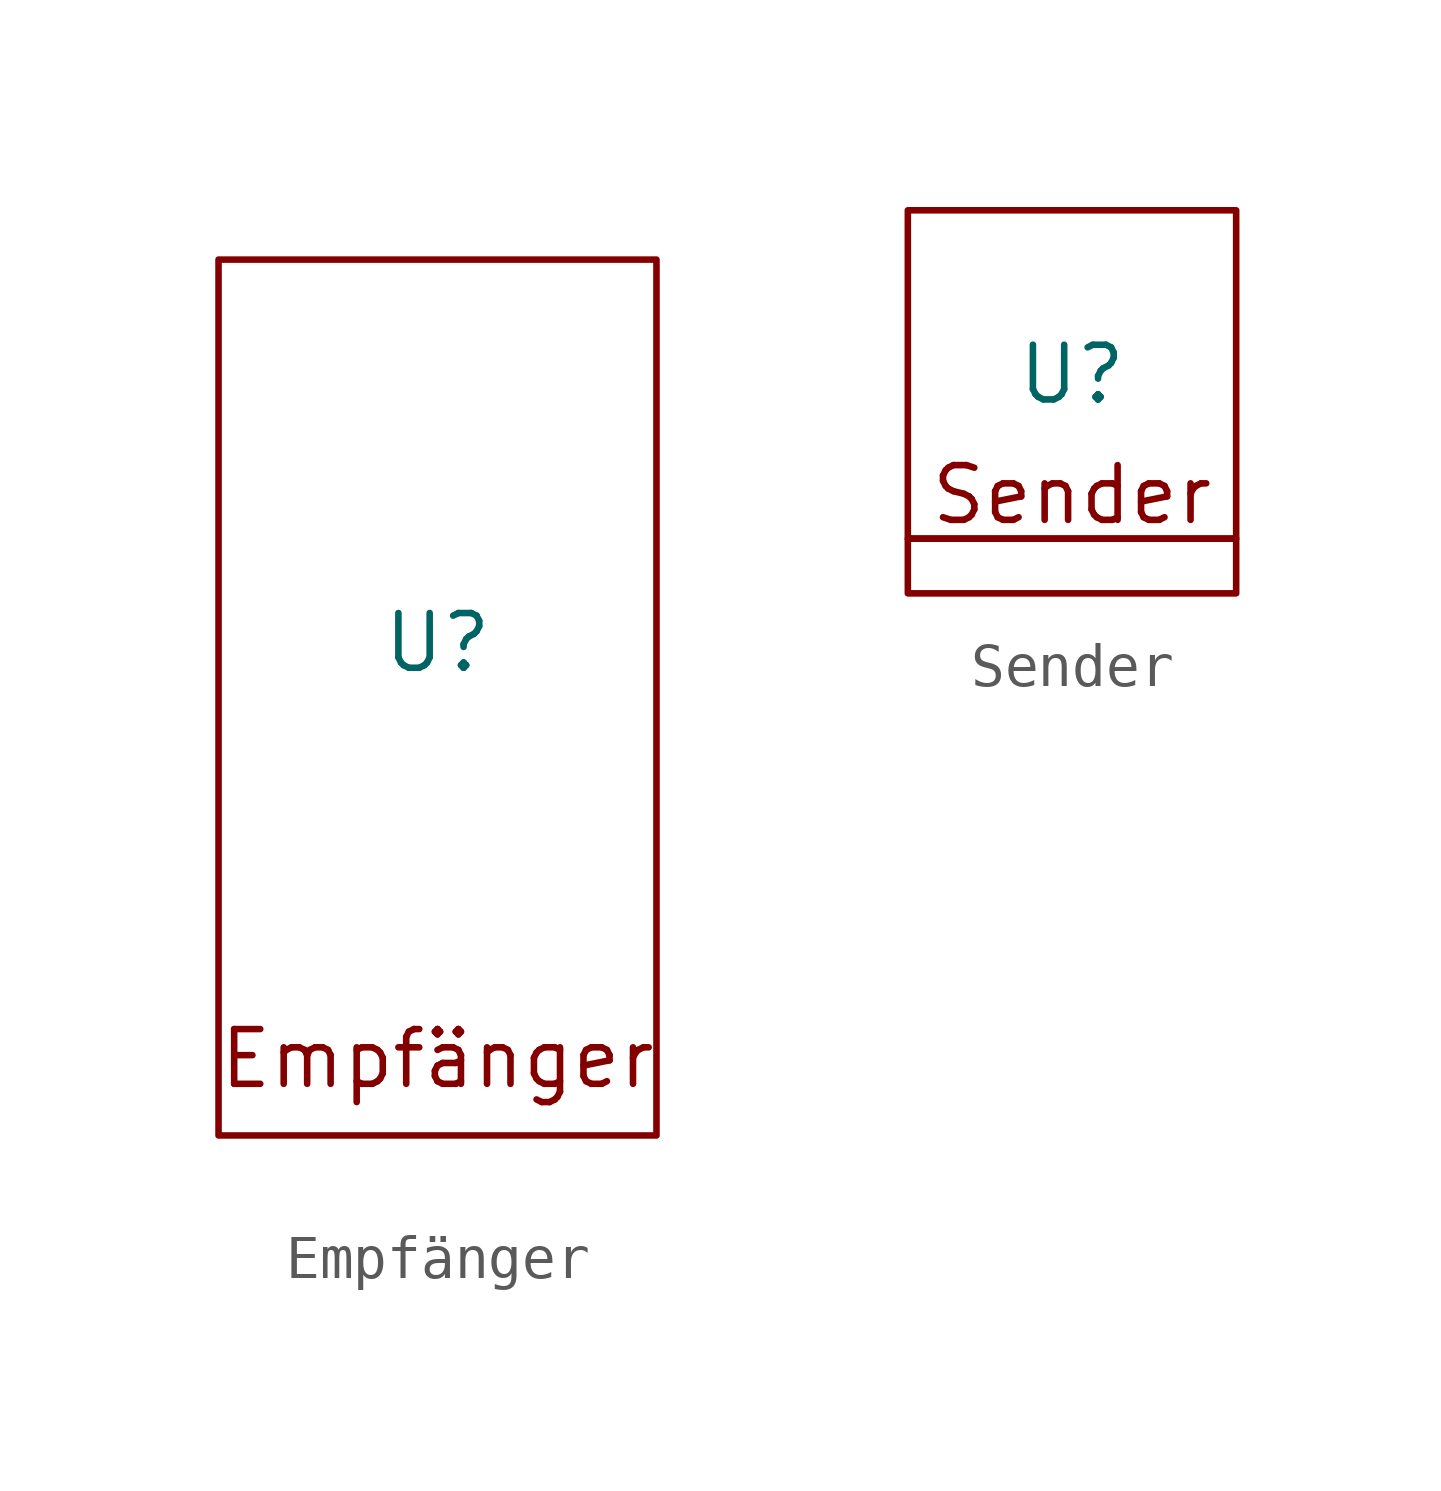
<source format=kicad_sym>
(kicad_symbol_lib
  (version 20231120)
  (generator "kicad_symbol_editor")
  (generator_version "8.0")
  (symbol "Empfänger"
    (property "Reference" "U"
      (at 0 0 0)
      (effects (font (size 1.27 1.27))))
    (property "Value" ""
      (at 0 0 0)
      (effects (font (size 1.27 1.27))))
    (symbol "Empfänger_0_1"
      (rectangle (start -5.08 8.89) (end 5.08 -11.43) (stroke (width 0) (type default)) (fill (type none))))
    (symbol "Empfänger_1_1"
      (text "Empfänger" (at 0 -9.652 0) (effects (font (size 1.27 1.27))))))
  (symbol "Sender"
    (property "Reference" "U"
      (at 0 0 0)
      (effects (font (size 1.27 1.27))))
    (property "Value" ""
      (at 0 0 0)
      (effects (font (size 1.27 1.27))))
    (symbol "Sender_0_1"
      (rectangle (start -3.81 3.81) (end 3.81 -3.81) (stroke (width 0) (type default)) (fill (type none))))
    (symbol "Sender_1_1"
      (rectangle (start -3.81 -3.81) (end 3.81 -5.08) (stroke (width 0) (type default)) (fill (type none)))
      (text "Sender" (at 0 -2.794 0) (effects (font (size 1.27 1.27)))))))
</source>
